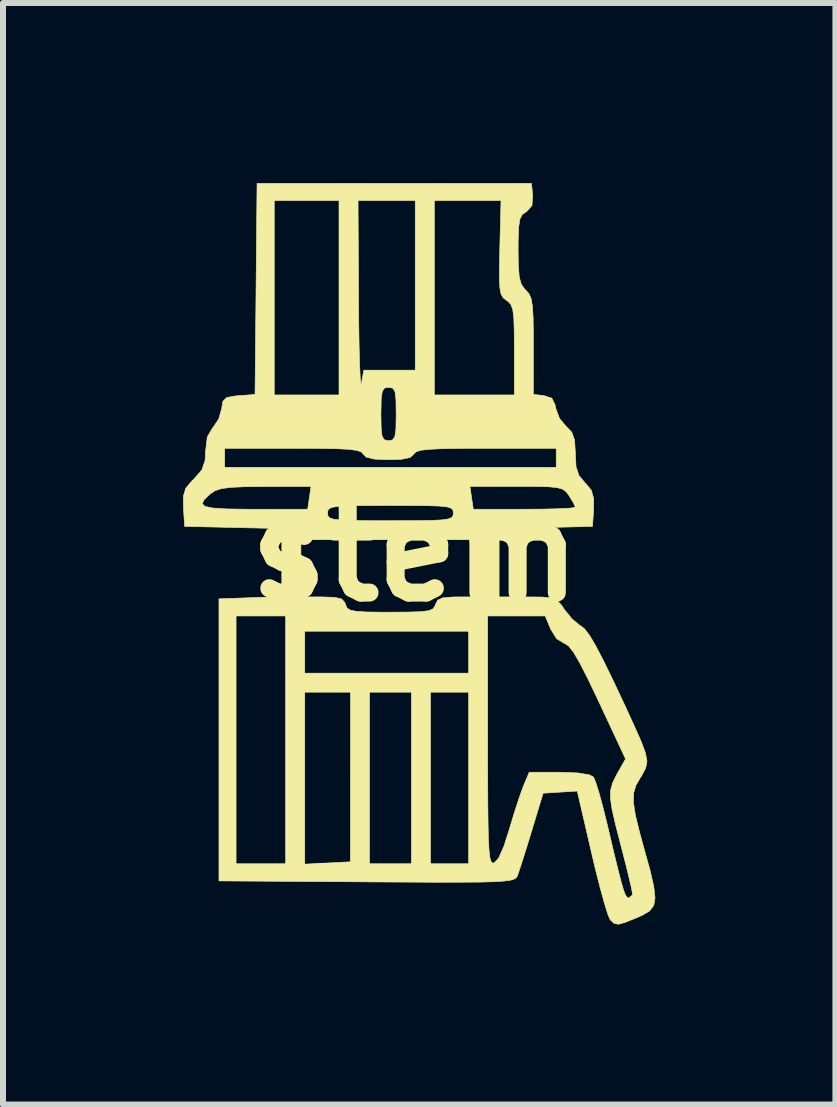
<source format=kicad_pcb>
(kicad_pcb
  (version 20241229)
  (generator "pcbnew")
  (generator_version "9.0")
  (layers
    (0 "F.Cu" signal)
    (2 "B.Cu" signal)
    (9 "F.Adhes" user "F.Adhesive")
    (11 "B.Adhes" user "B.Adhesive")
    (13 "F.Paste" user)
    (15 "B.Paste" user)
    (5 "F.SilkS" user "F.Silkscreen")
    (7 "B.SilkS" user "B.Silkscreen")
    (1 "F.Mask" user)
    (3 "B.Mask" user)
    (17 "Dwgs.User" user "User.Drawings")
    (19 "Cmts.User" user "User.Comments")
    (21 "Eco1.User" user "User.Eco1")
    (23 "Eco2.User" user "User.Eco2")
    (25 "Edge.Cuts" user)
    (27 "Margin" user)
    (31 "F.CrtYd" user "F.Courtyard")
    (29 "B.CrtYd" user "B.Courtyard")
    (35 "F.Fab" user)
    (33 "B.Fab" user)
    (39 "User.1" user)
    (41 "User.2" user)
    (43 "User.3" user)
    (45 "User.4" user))
  (footprint "stem"
    (layer "F.Cu")
    (at 3.868 6.133)
    (property "Reference" "stem" (at 0 0 0) (layer "F.SilkS") (effects (font (size 1.524 1.524) (thickness 0.3))))
    (attr through_hole)
    (fp_poly (pts (xy 1.956 -5.926) (xy 1.945 -5.759) (xy 1.859 -5.661) (xy 1.845 -5.653) (xy 1.782 -5.607) (xy 1.743 -5.531) (xy 1.723 -5.398) (xy 1.715 -5.18) (xy 1.714 -5.024) (xy 1.718 -4.744) (xy 1.734 -4.562) (xy 1.767 -4.446) (xy 1.823 -4.367) (xy 1.841 -4.35) (xy 1.894 -4.29) (xy 1.93 -4.21) (xy 1.952 -4.085) (xy 1.964 -3.891) (xy 1.968 -3.605) (xy 1.968 -3.423) (xy 1.968 -2.612) (xy 2.143 -2.592) (xy 2.276 -2.549) (xy 2.331 -2.437) (xy 2.339 -2.386) (xy 2.404 -2.21) (xy 2.514 -2.08) (xy 2.608 -1.982) (xy 2.654 -1.854) (xy 2.667 -1.649) (xy 2.667 -1.626) (xy 2.679 -1.406) (xy 2.727 -1.262) (xy 2.826 -1.142) (xy 2.829 -1.14) (xy 2.933 -1.017) (xy 2.973 -0.876) (xy 2.972 -0.701) (xy 2.953 -0.413) (xy 1.397 -0.377) (xy 1.397 0.762) (xy 1.873 0.762) (xy 2.117 0.764) (xy 2.268 0.78) (xy 2.363 0.82) (xy 2.435 0.897) (xy 2.487 0.974) (xy 2.611 1.127) (xy 2.737 1.233) (xy 2.758 1.244) (xy 2.822 1.295) (xy 2.904 1.402) (xy 3.008 1.579) (xy 3.141 1.834) (xy 3.309 2.179) (xy 3.518 2.625) (xy 3.64 2.892) (xy 3.764 3.17) (xy 3.836 3.363) (xy 3.861 3.5) (xy 3.84 3.612) (xy 3.779 3.728) (xy 3.747 3.778) (xy 3.676 3.903) (xy 3.638 4.031) (xy 3.635 4.187) (xy 3.667 4.395) (xy 3.737 4.682) (xy 3.811 4.953) (xy 3.913 5.321) (xy 3.974 5.589) (xy 3.995 5.776) (xy 3.973 5.904) (xy 3.906 5.992) (xy 3.792 6.061) (xy 3.709 6.098) (xy 3.507 6.181) (xy 3.386 6.215) (xy 3.313 6.201) (xy 3.251 6.143) (xy 3.246 6.137) (xy 3.208 6.048) (xy 3.15 5.859) (xy 3.076 5.59) (xy 2.994 5.266) (xy 2.937 5.023) (xy 2.699 3.996) (xy 2.415 4.014) (xy 2.13 4.032) (xy 1.938 4.667) (xy 1.853 4.944) (xy 1.777 5.183) (xy 1.721 5.354) (xy 1.7 5.414) (xy 1.681 5.442) (xy 1.644 5.465) (xy 1.576 5.484) (xy 1.464 5.497) (xy 1.297 5.507) (xy 1.064 5.513) (xy 0.752 5.515) (xy 0.349 5.516) (xy -0.156 5.513) (xy -0.776 5.51) (xy -0.808 5.509) (xy -3.27 5.493) (xy -3.27 1.079) (xy -2.985 1.079) (xy -2.985 5.207) (xy -2.159 5.207) (xy -2.159 2.349) (xy -1.841 2.349) (xy -1.841 5.214) (xy -1.461 5.195) (xy -1.08 5.175) (xy -1.079 2.349) (xy -0.762 2.349) (xy -0.762 5.207) (xy -0.064 5.207) (xy -0.064 2.349) (xy 0.254 2.349) (xy 0.254 5.207) (xy 0.889 5.207) (xy 0.889 2.349) (xy 0.254 2.349) (xy -0.064 2.349) (xy -0.762 2.349) (xy -1.079 2.349) (xy -1.841 2.349) (xy -2.159 2.349) (xy -2.159 1.333) (xy -1.841 1.333) (xy -1.841 2.032) (xy 0.889 2.032) (xy 0.889 1.333) (xy -1.841 1.333) (xy -2.159 1.333) (xy -2.159 1.079) (xy 1.206 1.079) (xy 1.206 3.148) (xy 1.207 3.717) (xy 1.209 4.172) (xy 1.213 4.525) (xy 1.219 4.788) (xy 1.229 4.974) (xy 1.242 5.096) (xy 1.26 5.164) (xy 1.284 5.193) (xy 1.309 5.196) (xy 1.387 5.118) (xy 1.478 4.914) (xy 1.563 4.648) (xy 1.645 4.375) (xy 1.727 4.122) (xy 1.794 3.933) (xy 1.807 3.902) (xy 1.899 3.683) (xy 2.402 3.683) (xy 2.707 3.694) (xy 2.901 3.726) (xy 2.969 3.762) (xy 3.008 3.853) (xy 3.066 4.04) (xy 3.135 4.295) (xy 3.203 4.572) (xy 3.301 4.989) (xy 3.376 5.297) (xy 3.432 5.514) (xy 3.473 5.655) (xy 3.506 5.735) (xy 3.534 5.771) (xy 3.558 5.779) (xy 3.616 5.729) (xy 3.619 5.707) (xy 3.604 5.62) (xy 3.562 5.437) (xy 3.5 5.187) (xy 3.429 4.911) (xy 3.338 4.558) (xy 3.279 4.302) (xy 3.252 4.117) (xy 3.256 3.978) (xy 3.288 3.86) (xy 3.348 3.737) (xy 3.371 3.696) (xy 3.504 3.461) (xy 3.059 2.508) (xy 2.881 2.135) (xy 2.743 1.865) (xy 2.638 1.685) (xy 2.556 1.58) (xy 2.49 1.537) (xy 2.481 1.535) (xy 2.356 1.458) (xy 2.256 1.297) (xy 2.165 1.079) (xy 1.206 1.079) (xy -2.159 1.079) (xy -2.985 1.079) (xy -3.27 1.079) (xy -3.27 0.794) (xy -2.746 0.775) (xy -2.223 0.757) (xy -2.223 -0.191) (xy -1.905 -0.191) (xy -1.905 0.762) (xy -1.55 0.762) (xy -1.341 0.769) (xy -1.226 0.796) (xy -1.173 0.855) (xy -1.161 0.889) (xy -1.138 0.944) (xy -1.086 0.981) (xy -0.984 1.002) (xy -0.808 1.013) (xy -0.536 1.016) (xy -0.413 1.016) (xy -0.101 1.014) (xy 0.106 1.007) (xy 0.232 0.99) (xy 0.298 0.959) (xy 0.329 0.911) (xy 0.336 0.889) (xy 0.374 0.815) (xy 0.461 0.777) (xy 0.628 0.763) (xy 0.724 0.762) (xy 1.079 0.762) (xy 1.079 -0.191) (xy -1.905 -0.191) (xy -2.223 -0.191) (xy -2.223 -0.377) (xy -3.842 -0.413) (xy -3.856 -0.635) (xy -1.46 -0.635) (xy -1.455 -0.588) (xy -1.425 -0.554) (xy -1.354 -0.532) (xy -1.224 -0.518) (xy -1.016 -0.511) (xy -0.712 -0.508) (xy -0.413 -0.508) (xy -0.026 -0.509) (xy 0.252 -0.512) (xy 0.438 -0.521) (xy 0.552 -0.537) (xy 0.611 -0.562) (xy 0.632 -0.599) (xy 0.635 -0.635) (xy 0.629 -0.682) (xy 0.6 -0.716) (xy 0.529 -0.738) (xy 0.398 -0.752) (xy 0.19 -0.759) (xy -0.113 -0.762) (xy -0.413 -0.762) (xy -0.799 -0.761) (xy -1.077 -0.758) (xy -1.264 -0.749) (xy -1.377 -0.733) (xy -1.436 -0.708) (xy -1.458 -0.671) (xy -1.46 -0.635) (xy -3.856 -0.635) (xy -3.861 -0.717) (xy -3.862 -0.794) (xy -3.549 -0.794) (xy -3.506 -0.747) (xy -3.374 -0.719) (xy -3.141 -0.704) (xy -2.797 -0.699) (xy -2.674 -0.699) (xy -1.792 -0.699) (xy -1.764 -0.889) (xy -1.736 -1.079) (xy 0.911 -1.079) (xy 0.939 -0.889) (xy 0.967 -0.699) (xy 1.817 -0.699) (xy 2.129 -0.701) (xy 2.389 -0.707) (xy 2.575 -0.717) (xy 2.663 -0.729) (xy 2.667 -0.732) (xy 2.636 -0.805) (xy 2.564 -0.923) (xy 2.516 -0.989) (xy 2.457 -1.033) (xy 2.363 -1.06) (xy 2.211 -1.074) (xy 1.977 -1.079) (xy 1.686 -1.079) (xy 0.911 -1.079) (xy -1.736 -1.079) (xy -2.503 -1.077) (xy -2.84 -1.074) (xy -3.074 -1.063) (xy -3.231 -1.042) (xy -3.337 -1.007) (xy -3.413 -0.956) (xy -3.514 -0.862) (xy -3.549 -0.794) (xy -3.862 -0.794) (xy -3.863 -0.917) (xy -3.823 -1.049) (xy -3.719 -1.173) (xy -3.687 -1.203) (xy -3.556 -1.352) (xy -3.501 -1.511) (xy -3.493 -1.667) (xy -3.487 -1.714) (xy -3.175 -1.714) (xy -3.175 -1.397) (xy 2.349 -1.397) (xy 2.349 -1.714) (xy 1.182 -1.714) (xy 0.76 -1.713) (xy 0.449 -1.708) (xy 0.231 -1.697) (xy 0.092 -1.681) (xy 0.013 -1.656) (xy -0.021 -1.623) (xy -0.023 -1.619) (xy -0.085 -1.561) (xy -0.232 -1.531) (xy -0.445 -1.524) (xy -0.682 -1.534) (xy -0.816 -1.567) (xy -0.866 -1.619) (xy -0.898 -1.654) (xy -0.972 -1.679) (xy -1.108 -1.697) (xy -1.32 -1.708) (xy -1.625 -1.713) (xy -2.039 -1.714) (xy -3.175 -1.714) (xy -3.487 -1.714) (xy -3.465 -1.903) (xy -3.377 -2.053) (xy -3.369 -2.061) (xy -3.273 -2.204) (xy -3.25 -2.286) (xy -0.572 -2.286) (xy -0.568 -2.052) (xy -0.553 -1.919) (xy -0.517 -1.857) (xy -0.455 -1.842) (xy -0.445 -1.841) (xy -0.378 -1.853) (xy -0.34 -1.908) (xy -0.322 -2.031) (xy -0.318 -2.251) (xy -0.318 -2.286) (xy -0.321 -2.52) (xy -0.336 -2.653) (xy -0.372 -2.715) (xy -0.434 -2.73) (xy -0.445 -2.731) (xy -0.511 -2.719) (xy -0.549 -2.664) (xy -0.567 -2.541) (xy -0.571 -2.321) (xy -0.572 -2.286) (xy -3.25 -2.286) (xy -3.226 -2.372) (xy -3.203 -2.499) (xy -3.14 -2.561) (xy -3 -2.586) (xy -2.938 -2.591) (xy -2.669 -2.611) (xy -2.652 -4.369) (xy -2.638 -5.842) (xy -2.349 -5.842) (xy -2.349 -2.603) (xy -1.27 -2.603) (xy -1.27 -5.842) (xy -0.953 -5.842) (xy -0.944 -4.207) (xy -0.941 -3.78) (xy -0.935 -3.412) (xy -0.927 -3.115) (xy -0.917 -2.904) (xy -0.907 -2.793) (xy -0.897 -2.794) (xy -0.857 -3.016) (xy 0.000226 -3.016) (xy 0 -5.842) (xy 0.318 -5.842) (xy 0.318 -2.603) (xy 1.651 -2.603) (xy 1.651 -3.35) (xy 1.649 -3.671) (xy 1.642 -3.889) (xy 1.624 -4.028) (xy 1.593 -4.111) (xy 1.545 -4.162) (xy 1.52 -4.179) (xy 1.466 -4.221) (xy 1.43 -4.282) (xy 1.41 -4.385) (xy 1.402 -4.554) (xy 1.404 -4.81) (xy 1.409 -5.051) (xy 1.429 -5.842) (xy 0.318 -5.842) (xy 0 -5.842) (xy -0.953 -5.842) (xy -1.27 -5.842) (xy -2.349 -5.842) (xy -2.638 -5.842) (xy -2.635 -6.128) (xy 1.937 -6.128) (xy 1.956 -5.926)) (stroke (width 0.01) (type solid)) (fill yes) (layer "F.SilkS")))
  (gr_rect
    (start -3 -3)
    (end 10.868 15.352)
    (stroke (width 0.1) (type default))
    (fill no)
    (layer "Edge.Cuts")))
</source>
